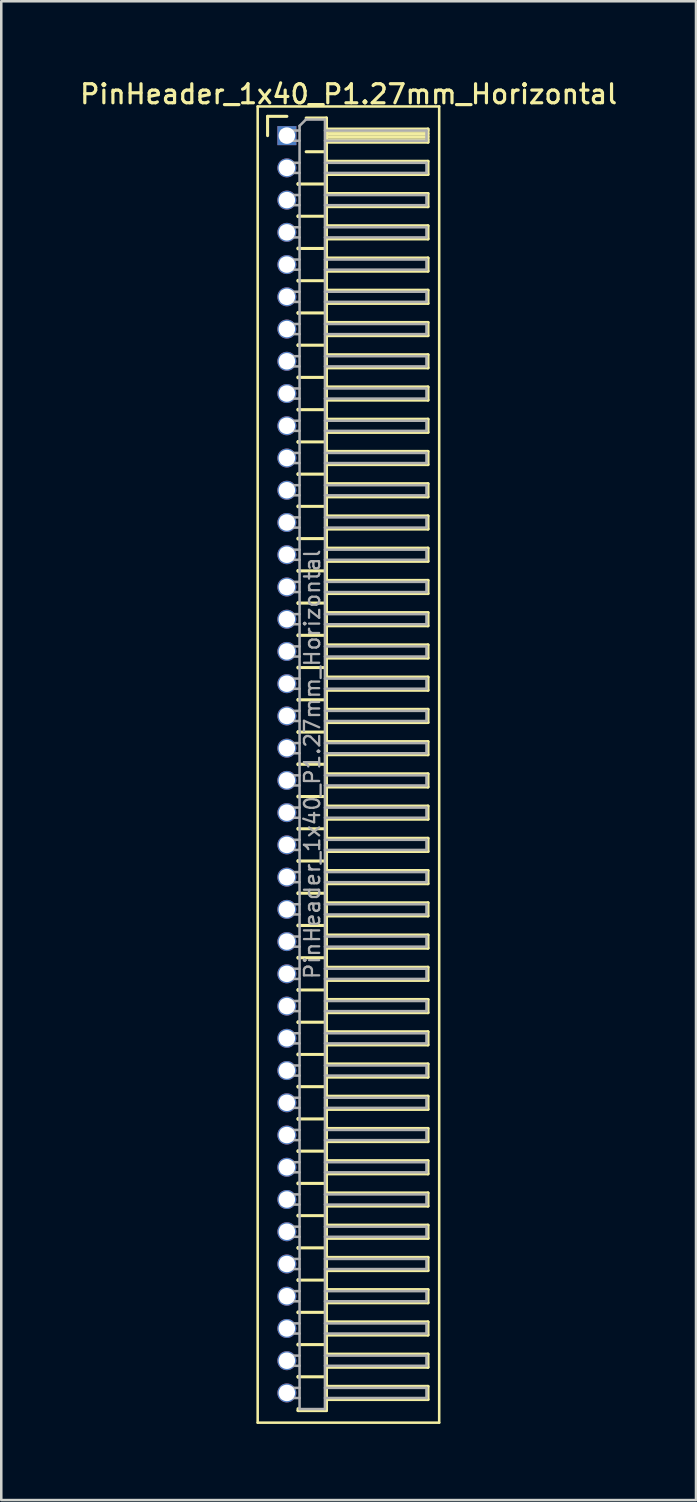
<source format=kicad_pcb>
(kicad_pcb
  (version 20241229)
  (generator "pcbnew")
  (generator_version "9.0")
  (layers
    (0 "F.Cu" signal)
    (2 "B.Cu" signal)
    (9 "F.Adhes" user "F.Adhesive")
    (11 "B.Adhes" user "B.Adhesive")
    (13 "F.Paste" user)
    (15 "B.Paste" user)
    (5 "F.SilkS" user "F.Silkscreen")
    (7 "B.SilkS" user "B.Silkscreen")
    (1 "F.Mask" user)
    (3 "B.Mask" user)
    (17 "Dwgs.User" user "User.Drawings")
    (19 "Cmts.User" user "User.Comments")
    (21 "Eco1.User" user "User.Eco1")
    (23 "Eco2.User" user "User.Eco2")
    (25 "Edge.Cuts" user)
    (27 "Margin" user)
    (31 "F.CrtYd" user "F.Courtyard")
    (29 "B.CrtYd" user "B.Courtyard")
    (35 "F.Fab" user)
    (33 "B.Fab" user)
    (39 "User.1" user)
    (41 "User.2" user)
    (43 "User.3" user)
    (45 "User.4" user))
  (footprint "PinHeader_1x40_P1.27mm_Horizontal"
    (layer "F.Cu")
    (at 8.251 2.293)
    (property "Reference" "PinHeader_1x40_P1.27mm_Horizontal" (at 2.433 -1.635 0) (layer "F.SilkS") (effects (font (size 0.75 0.75) (thickness 0.125))))
    (attr through_hole)
    (fp_line (start -1.15 -1.15) (end -1.15 50.7) (stroke (width 0.1) (type solid)) (layer "F.SilkS"))
    (fp_line (start -1.15 50.7) (end 6 50.7) (stroke (width 0.1) (type solid)) (layer "F.SilkS"))
    (fp_line (start -0.76 -0.76) (end 0 -0.76) (stroke (width 0.12) (type solid)) (layer "F.SilkS"))
    (fp_line (start -0.76 0) (end -0.76 -0.76) (stroke (width 0.12) (type solid)) (layer "F.SilkS"))
    (fp_line (start 0.44 1.89) (end 0.44 1.92) (stroke (width 0.12) (type solid)) (layer "F.SilkS"))
    (fp_line (start 0.44 1.905) (end 1.56 1.905) (stroke (width 0.12) (type solid)) (layer "F.SilkS"))
    (fp_line (start 0.44 3.16) (end 0.44 3.19) (stroke (width 0.12) (type solid)) (layer "F.SilkS"))
    (fp_line (start 0.44 3.175) (end 1.56 3.175) (stroke (width 0.12) (type solid)) (layer "F.SilkS"))
    (fp_line (start 0.44 4.43) (end 0.44 4.46) (stroke (width 0.12) (type solid)) (layer "F.SilkS"))
    (fp_line (start 0.44 4.445) (end 1.56 4.445) (stroke (width 0.12) (type solid)) (layer "F.SilkS"))
    (fp_line (start 0.44 5.7) (end 0.44 5.73) (stroke (width 0.12) (type solid)) (layer "F.SilkS"))
    (fp_line (start 0.44 5.715) (end 1.56 5.715) (stroke (width 0.12) (type solid)) (layer "F.SilkS"))
    (fp_line (start 0.44 6.97) (end 0.44 7) (stroke (width 0.12) (type solid)) (layer "F.SilkS"))
    (fp_line (start 0.44 6.985) (end 1.56 6.985) (stroke (width 0.12) (type solid)) (layer "F.SilkS"))
    (fp_line (start 0.44 8.24) (end 0.44 8.27) (stroke (width 0.12) (type solid)) (layer "F.SilkS"))
    (fp_line (start 0.44 8.255) (end 1.56 8.255) (stroke (width 0.12) (type solid)) (layer "F.SilkS"))
    (fp_line (start 0.44 9.51) (end 0.44 9.54) (stroke (width 0.12) (type solid)) (layer "F.SilkS"))
    (fp_line (start 0.44 9.525) (end 1.56 9.525) (stroke (width 0.12) (type solid)) (layer "F.SilkS"))
    (fp_line (start 0.44 10.78) (end 0.44 10.81) (stroke (width 0.12) (type solid)) (layer "F.SilkS"))
    (fp_line (start 0.44 10.795) (end 1.56 10.795) (stroke (width 0.12) (type solid)) (layer "F.SilkS"))
    (fp_line (start 0.44 12.05) (end 0.44 12.08) (stroke (width 0.12) (type solid)) (layer "F.SilkS"))
    (fp_line (start 0.44 12.065) (end 1.56 12.065) (stroke (width 0.12) (type solid)) (layer "F.SilkS"))
    (fp_line (start 0.44 13.32) (end 0.44 13.35) (stroke (width 0.12) (type solid)) (layer "F.SilkS"))
    (fp_line (start 0.44 13.335) (end 1.56 13.335) (stroke (width 0.12) (type solid)) (layer "F.SilkS"))
    (fp_line (start 0.44 14.59) (end 0.44 14.62) (stroke (width 0.12) (type solid)) (layer "F.SilkS"))
    (fp_line (start 0.44 14.605) (end 1.56 14.605) (stroke (width 0.12) (type solid)) (layer "F.SilkS"))
    (fp_line (start 0.44 15.86) (end 0.44 15.89) (stroke (width 0.12) (type solid)) (layer "F.SilkS"))
    (fp_line (start 0.44 15.875) (end 1.56 15.875) (stroke (width 0.12) (type solid)) (layer "F.SilkS"))
    (fp_line (start 0.44 17.13) (end 0.44 17.16) (stroke (width 0.12) (type solid)) (layer "F.SilkS"))
    (fp_line (start 0.44 17.145) (end 1.56 17.145) (stroke (width 0.12) (type solid)) (layer "F.SilkS"))
    (fp_line (start 0.44 18.4) (end 0.44 18.43) (stroke (width 0.12) (type solid)) (layer "F.SilkS"))
    (fp_line (start 0.44 18.415) (end 1.56 18.415) (stroke (width 0.12) (type solid)) (layer "F.SilkS"))
    (fp_line (start 0.44 19.67) (end 0.44 19.7) (stroke (width 0.12) (type solid)) (layer "F.SilkS"))
    (fp_line (start 0.44 19.685) (end 1.56 19.685) (stroke (width 0.12) (type solid)) (layer "F.SilkS"))
    (fp_line (start 0.44 20.94) (end 0.44 20.97) (stroke (width 0.12) (type solid)) (layer "F.SilkS"))
    (fp_line (start 0.44 20.955) (end 1.56 20.955) (stroke (width 0.12) (type solid)) (layer "F.SilkS"))
    (fp_line (start 0.44 22.21) (end 0.44 22.24) (stroke (width 0.12) (type solid)) (layer "F.SilkS"))
    (fp_line (start 0.44 22.225) (end 1.56 22.225) (stroke (width 0.12) (type solid)) (layer "F.SilkS"))
    (fp_line (start 0.44 23.48) (end 0.44 23.51) (stroke (width 0.12) (type solid)) (layer "F.SilkS"))
    (fp_line (start 0.44 23.495) (end 1.56 23.495) (stroke (width 0.12) (type solid)) (layer "F.SilkS"))
    (fp_line (start 0.44 24.75) (end 0.44 24.78) (stroke (width 0.12) (type solid)) (layer "F.SilkS"))
    (fp_line (start 0.44 24.765) (end 1.56 24.765) (stroke (width 0.12) (type solid)) (layer "F.SilkS"))
    (fp_line (start 0.44 26.02) (end 0.44 26.05) (stroke (width 0.12) (type solid)) (layer "F.SilkS"))
    (fp_line (start 0.44 26.035) (end 1.56 26.035) (stroke (width 0.12) (type solid)) (layer "F.SilkS"))
    (fp_line (start 0.44 27.29) (end 0.44 27.32) (stroke (width 0.12) (type solid)) (layer "F.SilkS"))
    (fp_line (start 0.44 27.305) (end 1.56 27.305) (stroke (width 0.12) (type solid)) (layer "F.SilkS"))
    (fp_line (start 0.44 28.56) (end 0.44 28.59) (stroke (width 0.12) (type solid)) (layer "F.SilkS"))
    (fp_line (start 0.44 28.575) (end 1.56 28.575) (stroke (width 0.12) (type solid)) (layer "F.SilkS"))
    (fp_line (start 0.44 29.83) (end 0.44 29.86) (stroke (width 0.12) (type solid)) (layer "F.SilkS"))
    (fp_line (start 0.44 29.845) (end 1.56 29.845) (stroke (width 0.12) (type solid)) (layer "F.SilkS"))
    (fp_line (start 0.44 31.1) (end 0.44 31.13) (stroke (width 0.12) (type solid)) (layer "F.SilkS"))
    (fp_line (start 0.44 31.115) (end 1.56 31.115) (stroke (width 0.12) (type solid)) (layer "F.SilkS"))
    (fp_line (start 0.44 32.37) (end 0.44 32.4) (stroke (width 0.12) (type solid)) (layer "F.SilkS"))
    (fp_line (start 0.44 32.385) (end 1.56 32.385) (stroke (width 0.12) (type solid)) (layer "F.SilkS"))
    (fp_line (start 0.44 33.64) (end 0.44 33.67) (stroke (width 0.12) (type solid)) (layer "F.SilkS"))
    (fp_line (start 0.44 33.655) (end 1.56 33.655) (stroke (width 0.12) (type solid)) (layer "F.SilkS"))
    (fp_line (start 0.44 34.91) (end 0.44 34.94) (stroke (width 0.12) (type solid)) (layer "F.SilkS"))
    (fp_line (start 0.44 34.925) (end 1.56 34.925) (stroke (width 0.12) (type solid)) (layer "F.SilkS"))
    (fp_line (start 0.44 36.18) (end 0.44 36.21) (stroke (width 0.12) (type solid)) (layer "F.SilkS"))
    (fp_line (start 0.44 36.195) (end 1.56 36.195) (stroke (width 0.12) (type solid)) (layer "F.SilkS"))
    (fp_line (start 0.44 37.45) (end 0.44 37.48) (stroke (width 0.12) (type solid)) (layer "F.SilkS"))
    (fp_line (start 0.44 37.465) (end 1.56 37.465) (stroke (width 0.12) (type solid)) (layer "F.SilkS"))
    (fp_line (start 0.44 38.72) (end 0.44 38.75) (stroke (width 0.12) (type solid)) (layer "F.SilkS"))
    (fp_line (start 0.44 38.735) (end 1.56 38.735) (stroke (width 0.12) (type solid)) (layer "F.SilkS"))
    (fp_line (start 0.44 39.99) (end 0.44 40.02) (stroke (width 0.12) (type solid)) (layer "F.SilkS"))
    (fp_line (start 0.44 40.005) (end 1.56 40.005) (stroke (width 0.12) (type solid)) (layer "F.SilkS"))
    (fp_line (start 0.44 41.26) (end 0.44 41.29) (stroke (width 0.12) (type solid)) (layer "F.SilkS"))
    (fp_line (start 0.44 41.275) (end 1.56 41.275) (stroke (width 0.12) (type solid)) (layer "F.SilkS"))
    (fp_line (start 0.44 42.53) (end 0.44 42.56) (stroke (width 0.12) (type solid)) (layer "F.SilkS"))
    (fp_line (start 0.44 42.545) (end 1.56 42.545) (stroke (width 0.12) (type solid)) (layer "F.SilkS"))
    (fp_line (start 0.44 43.8) (end 0.44 43.83) (stroke (width 0.12) (type solid)) (layer "F.SilkS"))
    (fp_line (start 0.44 43.815) (end 1.56 43.815) (stroke (width 0.12) (type solid)) (layer "F.SilkS"))
    (fp_line (start 0.44 45.07) (end 0.44 45.1) (stroke (width 0.12) (type solid)) (layer "F.SilkS"))
    (fp_line (start 0.44 45.085) (end 1.56 45.085) (stroke (width 0.12) (type solid)) (layer "F.SilkS"))
    (fp_line (start 0.44 46.34) (end 0.44 46.37) (stroke (width 0.12) (type solid)) (layer "F.SilkS"))
    (fp_line (start 0.44 46.355) (end 1.56 46.355) (stroke (width 0.12) (type solid)) (layer "F.SilkS"))
    (fp_line (start 0.44 47.61) (end 0.44 47.64) (stroke (width 0.12) (type solid)) (layer "F.SilkS"))
    (fp_line (start 0.44 47.625) (end 1.56 47.625) (stroke (width 0.12) (type solid)) (layer "F.SilkS"))
    (fp_line (start 0.44 48.88) (end 0.44 48.91) (stroke (width 0.12) (type solid)) (layer "F.SilkS"))
    (fp_line (start 0.44 48.895) (end 1.56 48.895) (stroke (width 0.12) (type solid)) (layer "F.SilkS"))
    (fp_line (start 0.44 50.225) (end 0.44 50.15) (stroke (width 0.12) (type solid)) (layer "F.SilkS"))
    (fp_line (start 0.76 -0.695) (end 1.56 -0.695) (stroke (width 0.12) (type solid)) (layer "F.SilkS"))
    (fp_line (start 0.76 0.635) (end 1.56 0.635) (stroke (width 0.12) (type solid)) (layer "F.SilkS"))
    (fp_line (start 1.56 -0.695) (end 1.56 50.225) (stroke (width 0.12) (type solid)) (layer "F.SilkS"))
    (fp_line (start 1.56 -0.26) (end 5.56 -0.26) (stroke (width 0.12) (type solid)) (layer "F.SilkS"))
    (fp_line (start 1.56 -0.2) (end 5.56 -0.2) (stroke (width 0.12) (type solid)) (layer "F.SilkS"))
    (fp_line (start 1.56 -0.08) (end 5.56 -0.08) (stroke (width 0.12) (type solid)) (layer "F.SilkS"))
    (fp_line (start 1.56 0.04) (end 5.56 0.04) (stroke (width 0.12) (type solid)) (layer "F.SilkS"))
    (fp_line (start 1.56 0.16) (end 5.56 0.16) (stroke (width 0.12) (type solid)) (layer "F.SilkS"))
    (fp_line (start 1.56 1.01) (end 5.56 1.01) (stroke (width 0.12) (type solid)) (layer "F.SilkS"))
    (fp_line (start 1.56 2.28) (end 5.56 2.28) (stroke (width 0.12) (type solid)) (layer "F.SilkS"))
    (fp_line (start 1.56 3.55) (end 5.56 3.55) (stroke (width 0.12) (type solid)) (layer "F.SilkS"))
    (fp_line (start 1.56 4.82) (end 5.56 4.82) (stroke (width 0.12) (type solid)) (layer "F.SilkS"))
    (fp_line (start 1.56 6.09) (end 5.56 6.09) (stroke (width 0.12) (type solid)) (layer "F.SilkS"))
    (fp_line (start 1.56 7.36) (end 5.56 7.36) (stroke (width 0.12) (type solid)) (layer "F.SilkS"))
    (fp_line (start 1.56 8.63) (end 5.56 8.63) (stroke (width 0.12) (type solid)) (layer "F.SilkS"))
    (fp_line (start 1.56 9.9) (end 5.56 9.9) (stroke (width 0.12) (type solid)) (layer "F.SilkS"))
    (fp_line (start 1.56 11.17) (end 5.56 11.17) (stroke (width 0.12) (type solid)) (layer "F.SilkS"))
    (fp_line (start 1.56 12.44) (end 5.56 12.44) (stroke (width 0.12) (type solid)) (layer "F.SilkS"))
    (fp_line (start 1.56 13.71) (end 5.56 13.71) (stroke (width 0.12) (type solid)) (layer "F.SilkS"))
    (fp_line (start 1.56 14.98) (end 5.56 14.98) (stroke (width 0.12) (type solid)) (layer "F.SilkS"))
    (fp_line (start 1.56 16.25) (end 5.56 16.25) (stroke (width 0.12) (type solid)) (layer "F.SilkS"))
    (fp_line (start 1.56 17.52) (end 5.56 17.52) (stroke (width 0.12) (type solid)) (layer "F.SilkS"))
    (fp_line (start 1.56 18.79) (end 5.56 18.79) (stroke (width 0.12) (type solid)) (layer "F.SilkS"))
    (fp_line (start 1.56 20.06) (end 5.56 20.06) (stroke (width 0.12) (type solid)) (layer "F.SilkS"))
    (fp_line (start 1.56 21.33) (end 5.56 21.33) (stroke (width 0.12) (type solid)) (layer "F.SilkS"))
    (fp_line (start 1.56 22.6) (end 5.56 22.6) (stroke (width 0.12) (type solid)) (layer "F.SilkS"))
    (fp_line (start 1.56 23.87) (end 5.56 23.87) (stroke (width 0.12) (type solid)) (layer "F.SilkS"))
    (fp_line (start 1.56 25.14) (end 5.56 25.14) (stroke (width 0.12) (type solid)) (layer "F.SilkS"))
    (fp_line (start 1.56 26.41) (end 5.56 26.41) (stroke (width 0.12) (type solid)) (layer "F.SilkS"))
    (fp_line (start 1.56 27.68) (end 5.56 27.68) (stroke (width 0.12) (type solid)) (layer "F.SilkS"))
    (fp_line (start 1.56 28.95) (end 5.56 28.95) (stroke (width 0.12) (type solid)) (layer "F.SilkS"))
    (fp_line (start 1.56 30.22) (end 5.56 30.22) (stroke (width 0.12) (type solid)) (layer "F.SilkS"))
    (fp_line (start 1.56 31.49) (end 5.56 31.49) (stroke (width 0.12) (type solid)) (layer "F.SilkS"))
    (fp_line (start 1.56 32.76) (end 5.56 32.76) (stroke (width 0.12) (type solid)) (layer "F.SilkS"))
    (fp_line (start 1.56 34.03) (end 5.56 34.03) (stroke (width 0.12) (type solid)) (layer "F.SilkS"))
    (fp_line (start 1.56 35.3) (end 5.56 35.3) (stroke (width 0.12) (type solid)) (layer "F.SilkS"))
    (fp_line (start 1.56 36.57) (end 5.56 36.57) (stroke (width 0.12) (type solid)) (layer "F.SilkS"))
    (fp_line (start 1.56 37.84) (end 5.56 37.84) (stroke (width 0.12) (type solid)) (layer "F.SilkS"))
    (fp_line (start 1.56 39.11) (end 5.56 39.11) (stroke (width 0.12) (type solid)) (layer "F.SilkS"))
    (fp_line (start 1.56 40.38) (end 5.56 40.38) (stroke (width 0.12) (type solid)) (layer "F.SilkS"))
    (fp_line (start 1.56 41.65) (end 5.56 41.65) (stroke (width 0.12) (type solid)) (layer "F.SilkS"))
    (fp_line (start 1.56 42.92) (end 5.56 42.92) (stroke (width 0.12) (type solid)) (layer "F.SilkS"))
    (fp_line (start 1.56 44.19) (end 5.56 44.19) (stroke (width 0.12) (type solid)) (layer "F.SilkS"))
    (fp_line (start 1.56 45.46) (end 5.56 45.46) (stroke (width 0.12) (type solid)) (layer "F.SilkS"))
    (fp_line (start 1.56 46.73) (end 5.56 46.73) (stroke (width 0.12) (type solid)) (layer "F.SilkS"))
    (fp_line (start 1.56 48) (end 5.56 48) (stroke (width 0.12) (type solid)) (layer "F.SilkS"))
    (fp_line (start 1.56 49.27) (end 5.56 49.27) (stroke (width 0.12) (type solid)) (layer "F.SilkS"))
    (fp_line (start 1.56 50.225) (end 0.44 50.225) (stroke (width 0.12) (type solid)) (layer "F.SilkS"))
    (fp_line (start 5.56 -0.26) (end 5.56 0.26) (stroke (width 0.12) (type solid)) (layer "F.SilkS"))
    (fp_line (start 5.56 0.26) (end 1.56 0.26) (stroke (width 0.12) (type solid)) (layer "F.SilkS"))
    (fp_line (start 5.56 1.01) (end 5.56 1.53) (stroke (width 0.12) (type solid)) (layer "F.SilkS"))
    (fp_line (start 5.56 1.53) (end 1.56 1.53) (stroke (width 0.12) (type solid)) (layer "F.SilkS"))
    (fp_line (start 5.56 2.28) (end 5.56 2.8) (stroke (width 0.12) (type solid)) (layer "F.SilkS"))
    (fp_line (start 5.56 2.8) (end 1.56 2.8) (stroke (width 0.12) (type solid)) (layer "F.SilkS"))
    (fp_line (start 5.56 3.55) (end 5.56 4.07) (stroke (width 0.12) (type solid)) (layer "F.SilkS"))
    (fp_line (start 5.56 4.07) (end 1.56 4.07) (stroke (width 0.12) (type solid)) (layer "F.SilkS"))
    (fp_line (start 5.56 4.82) (end 5.56 5.34) (stroke (width 0.12) (type solid)) (layer "F.SilkS"))
    (fp_line (start 5.56 5.34) (end 1.56 5.34) (stroke (width 0.12) (type solid)) (layer "F.SilkS"))
    (fp_line (start 5.56 6.09) (end 5.56 6.61) (stroke (width 0.12) (type solid)) (layer "F.SilkS"))
    (fp_line (start 5.56 6.61) (end 1.56 6.61) (stroke (width 0.12) (type solid)) (layer "F.SilkS"))
    (fp_line (start 5.56 7.36) (end 5.56 7.88) (stroke (width 0.12) (type solid)) (layer "F.SilkS"))
    (fp_line (start 5.56 7.88) (end 1.56 7.88) (stroke (width 0.12) (type solid)) (layer "F.SilkS"))
    (fp_line (start 5.56 8.63) (end 5.56 9.15) (stroke (width 0.12) (type solid)) (layer "F.SilkS"))
    (fp_line (start 5.56 9.15) (end 1.56 9.15) (stroke (width 0.12) (type solid)) (layer "F.SilkS"))
    (fp_line (start 5.56 9.9) (end 5.56 10.42) (stroke (width 0.12) (type solid)) (layer "F.SilkS"))
    (fp_line (start 5.56 10.42) (end 1.56 10.42) (stroke (width 0.12) (type solid)) (layer "F.SilkS"))
    (fp_line (start 5.56 11.17) (end 5.56 11.69) (stroke (width 0.12) (type solid)) (layer "F.SilkS"))
    (fp_line (start 5.56 11.69) (end 1.56 11.69) (stroke (width 0.12) (type solid)) (layer "F.SilkS"))
    (fp_line (start 5.56 12.44) (end 5.56 12.96) (stroke (width 0.12) (type solid)) (layer "F.SilkS"))
    (fp_line (start 5.56 12.96) (end 1.56 12.96) (stroke (width 0.12) (type solid)) (layer "F.SilkS"))
    (fp_line (start 5.56 13.71) (end 5.56 14.23) (stroke (width 0.12) (type solid)) (layer "F.SilkS"))
    (fp_line (start 5.56 14.23) (end 1.56 14.23) (stroke (width 0.12) (type solid)) (layer "F.SilkS"))
    (fp_line (start 5.56 14.98) (end 5.56 15.5) (stroke (width 0.12) (type solid)) (layer "F.SilkS"))
    (fp_line (start 5.56 15.5) (end 1.56 15.5) (stroke (width 0.12) (type solid)) (layer "F.SilkS"))
    (fp_line (start 5.56 16.25) (end 5.56 16.77) (stroke (width 0.12) (type solid)) (layer "F.SilkS"))
    (fp_line (start 5.56 16.77) (end 1.56 16.77) (stroke (width 0.12) (type solid)) (layer "F.SilkS"))
    (fp_line (start 5.56 17.52) (end 5.56 18.04) (stroke (width 0.12) (type solid)) (layer "F.SilkS"))
    (fp_line (start 5.56 18.04) (end 1.56 18.04) (stroke (width 0.12) (type solid)) (layer "F.SilkS"))
    (fp_line (start 5.56 18.79) (end 5.56 19.31) (stroke (width 0.12) (type solid)) (layer "F.SilkS"))
    (fp_line (start 5.56 19.31) (end 1.56 19.31) (stroke (width 0.12) (type solid)) (layer "F.SilkS"))
    (fp_line (start 5.56 20.06) (end 5.56 20.58) (stroke (width 0.12) (type solid)) (layer "F.SilkS"))
    (fp_line (start 5.56 20.58) (end 1.56 20.58) (stroke (width 0.12) (type solid)) (layer "F.SilkS"))
    (fp_line (start 5.56 21.33) (end 5.56 21.85) (stroke (width 0.12) (type solid)) (layer "F.SilkS"))
    (fp_line (start 5.56 21.85) (end 1.56 21.85) (stroke (width 0.12) (type solid)) (layer "F.SilkS"))
    (fp_line (start 5.56 22.6) (end 5.56 23.12) (stroke (width 0.12) (type solid)) (layer "F.SilkS"))
    (fp_line (start 5.56 23.12) (end 1.56 23.12) (stroke (width 0.12) (type solid)) (layer "F.SilkS"))
    (fp_line (start 5.56 23.87) (end 5.56 24.39) (stroke (width 0.12) (type solid)) (layer "F.SilkS"))
    (fp_line (start 5.56 24.39) (end 1.56 24.39) (stroke (width 0.12) (type solid)) (layer "F.SilkS"))
    (fp_line (start 5.56 25.14) (end 5.56 25.66) (stroke (width 0.12) (type solid)) (layer "F.SilkS"))
    (fp_line (start 5.56 25.66) (end 1.56 25.66) (stroke (width 0.12) (type solid)) (layer "F.SilkS"))
    (fp_line (start 5.56 26.41) (end 5.56 26.93) (stroke (width 0.12) (type solid)) (layer "F.SilkS"))
    (fp_line (start 5.56 26.93) (end 1.56 26.93) (stroke (width 0.12) (type solid)) (layer "F.SilkS"))
    (fp_line (start 5.56 27.68) (end 5.56 28.2) (stroke (width 0.12) (type solid)) (layer "F.SilkS"))
    (fp_line (start 5.56 28.2) (end 1.56 28.2) (stroke (width 0.12) (type solid)) (layer "F.SilkS"))
    (fp_line (start 5.56 28.95) (end 5.56 29.47) (stroke (width 0.12) (type solid)) (layer "F.SilkS"))
    (fp_line (start 5.56 29.47) (end 1.56 29.47) (stroke (width 0.12) (type solid)) (layer "F.SilkS"))
    (fp_line (start 5.56 30.22) (end 5.56 30.74) (stroke (width 0.12) (type solid)) (layer "F.SilkS"))
    (fp_line (start 5.56 30.74) (end 1.56 30.74) (stroke (width 0.12) (type solid)) (layer "F.SilkS"))
    (fp_line (start 5.56 31.49) (end 5.56 32.01) (stroke (width 0.12) (type solid)) (layer "F.SilkS"))
    (fp_line (start 5.56 32.01) (end 1.56 32.01) (stroke (width 0.12) (type solid)) (layer "F.SilkS"))
    (fp_line (start 5.56 32.76) (end 5.56 33.28) (stroke (width 0.12) (type solid)) (layer "F.SilkS"))
    (fp_line (start 5.56 33.28) (end 1.56 33.28) (stroke (width 0.12) (type solid)) (layer "F.SilkS"))
    (fp_line (start 5.56 34.03) (end 5.56 34.55) (stroke (width 0.12) (type solid)) (layer "F.SilkS"))
    (fp_line (start 5.56 34.55) (end 1.56 34.55) (stroke (width 0.12) (type solid)) (layer "F.SilkS"))
    (fp_line (start 5.56 35.3) (end 5.56 35.82) (stroke (width 0.12) (type solid)) (layer "F.SilkS"))
    (fp_line (start 5.56 35.82) (end 1.56 35.82) (stroke (width 0.12) (type solid)) (layer "F.SilkS"))
    (fp_line (start 5.56 36.57) (end 5.56 37.09) (stroke (width 0.12) (type solid)) (layer "F.SilkS"))
    (fp_line (start 5.56 37.09) (end 1.56 37.09) (stroke (width 0.12) (type solid)) (layer "F.SilkS"))
    (fp_line (start 5.56 37.84) (end 5.56 38.36) (stroke (width 0.12) (type solid)) (layer "F.SilkS"))
    (fp_line (start 5.56 38.36) (end 1.56 38.36) (stroke (width 0.12) (type solid)) (layer "F.SilkS"))
    (fp_line (start 5.56 39.11) (end 5.56 39.63) (stroke (width 0.12) (type solid)) (layer "F.SilkS"))
    (fp_line (start 5.56 39.63) (end 1.56 39.63) (stroke (width 0.12) (type solid)) (layer "F.SilkS"))
    (fp_line (start 5.56 40.38) (end 5.56 40.9) (stroke (width 0.12) (type solid)) (layer "F.SilkS"))
    (fp_line (start 5.56 40.9) (end 1.56 40.9) (stroke (width 0.12) (type solid)) (layer "F.SilkS"))
    (fp_line (start 5.56 41.65) (end 5.56 42.17) (stroke (width 0.12) (type solid)) (layer "F.SilkS"))
    (fp_line (start 5.56 42.17) (end 1.56 42.17) (stroke (width 0.12) (type solid)) (layer "F.SilkS"))
    (fp_line (start 5.56 42.92) (end 5.56 43.44) (stroke (width 0.12) (type solid)) (layer "F.SilkS"))
    (fp_line (start 5.56 43.44) (end 1.56 43.44) (stroke (width 0.12) (type solid)) (layer "F.SilkS"))
    (fp_line (start 5.56 44.19) (end 5.56 44.71) (stroke (width 0.12) (type solid)) (layer "F.SilkS"))
    (fp_line (start 5.56 44.71) (end 1.56 44.71) (stroke (width 0.12) (type solid)) (layer "F.SilkS"))
    (fp_line (start 5.56 45.46) (end 5.56 45.98) (stroke (width 0.12) (type solid)) (layer "F.SilkS"))
    (fp_line (start 5.56 45.98) (end 1.56 45.98) (stroke (width 0.12) (type solid)) (layer "F.SilkS"))
    (fp_line (start 5.56 46.73) (end 5.56 47.25) (stroke (width 0.12) (type solid)) (layer "F.SilkS"))
    (fp_line (start 5.56 47.25) (end 1.56 47.25) (stroke (width 0.12) (type solid)) (layer "F.SilkS"))
    (fp_line (start 5.56 48) (end 5.56 48.52) (stroke (width 0.12) (type solid)) (layer "F.SilkS"))
    (fp_line (start 5.56 48.52) (end 1.56 48.52) (stroke (width 0.12) (type solid)) (layer "F.SilkS"))
    (fp_line (start 5.56 49.27) (end 5.56 49.79) (stroke (width 0.12) (type solid)) (layer "F.SilkS"))
    (fp_line (start 5.56 49.79) (end 1.56 49.79) (stroke (width 0.12) (type solid)) (layer "F.SilkS"))
    (fp_line (start 6 -1.15) (end -1.15 -1.15) (stroke (width 0.1) (type solid)) (layer "F.SilkS"))
    (fp_line (start 6 50.7) (end 6 -1.15) (stroke (width 0.1) (type solid)) (layer "F.SilkS"))
    (fp_line (start -0.2 -0.2) (end -0.2 0.2) (stroke (width 0.1) (type solid)) (layer "F.Fab"))
    (fp_line (start -0.2 -0.2) (end 0.5 -0.2) (stroke (width 0.1) (type solid)) (layer "F.Fab"))
    (fp_line (start -0.2 0.2) (end 0.5 0.2) (stroke (width 0.1) (type solid)) (layer "F.Fab"))
    (fp_line (start -0.2 1.07) (end -0.2 1.47) (stroke (width 0.1) (type solid)) (layer "F.Fab"))
    (fp_line (start -0.2 1.07) (end 0.5 1.07) (stroke (width 0.1) (type solid)) (layer "F.Fab"))
    (fp_line (start -0.2 1.47) (end 0.5 1.47) (stroke (width 0.1) (type solid)) (layer "F.Fab"))
    (fp_line (start -0.2 2.34) (end -0.2 2.74) (stroke (width 0.1) (type solid)) (layer "F.Fab"))
    (fp_line (start -0.2 2.34) (end 0.5 2.34) (stroke (width 0.1) (type solid)) (layer "F.Fab"))
    (fp_line (start -0.2 2.74) (end 0.5 2.74) (stroke (width 0.1) (type solid)) (layer "F.Fab"))
    (fp_line (start -0.2 3.61) (end -0.2 4.01) (stroke (width 0.1) (type solid)) (layer "F.Fab"))
    (fp_line (start -0.2 3.61) (end 0.5 3.61) (stroke (width 0.1) (type solid)) (layer "F.Fab"))
    (fp_line (start -0.2 4.01) (end 0.5 4.01) (stroke (width 0.1) (type solid)) (layer "F.Fab"))
    (fp_line (start -0.2 4.88) (end -0.2 5.28) (stroke (width 0.1) (type solid)) (layer "F.Fab"))
    (fp_line (start -0.2 4.88) (end 0.5 4.88) (stroke (width 0.1) (type solid)) (layer "F.Fab"))
    (fp_line (start -0.2 5.28) (end 0.5 5.28) (stroke (width 0.1) (type solid)) (layer "F.Fab"))
    (fp_line (start -0.2 6.15) (end -0.2 6.55) (stroke (width 0.1) (type solid)) (layer "F.Fab"))
    (fp_line (start -0.2 6.15) (end 0.5 6.15) (stroke (width 0.1) (type solid)) (layer "F.Fab"))
    (fp_line (start -0.2 6.55) (end 0.5 6.55) (stroke (width 0.1) (type solid)) (layer "F.Fab"))
    (fp_line (start -0.2 7.42) (end -0.2 7.82) (stroke (width 0.1) (type solid)) (layer "F.Fab"))
    (fp_line (start -0.2 7.42) (end 0.5 7.42) (stroke (width 0.1) (type solid)) (layer "F.Fab"))
    (fp_line (start -0.2 7.82) (end 0.5 7.82) (stroke (width 0.1) (type solid)) (layer "F.Fab"))
    (fp_line (start -0.2 8.69) (end -0.2 9.09) (stroke (width 0.1) (type solid)) (layer "F.Fab"))
    (fp_line (start -0.2 8.69) (end 0.5 8.69) (stroke (width 0.1) (type solid)) (layer "F.Fab"))
    (fp_line (start -0.2 9.09) (end 0.5 9.09) (stroke (width 0.1) (type solid)) (layer "F.Fab"))
    (fp_line (start -0.2 9.96) (end -0.2 10.36) (stroke (width 0.1) (type solid)) (layer "F.Fab"))
    (fp_line (start -0.2 9.96) (end 0.5 9.96) (stroke (width 0.1) (type solid)) (layer "F.Fab"))
    (fp_line (start -0.2 10.36) (end 0.5 10.36) (stroke (width 0.1) (type solid)) (layer "F.Fab"))
    (fp_line (start -0.2 11.23) (end -0.2 11.63) (stroke (width 0.1) (type solid)) (layer "F.Fab"))
    (fp_line (start -0.2 11.23) (end 0.5 11.23) (stroke (width 0.1) (type solid)) (layer "F.Fab"))
    (fp_line (start -0.2 11.63) (end 0.5 11.63) (stroke (width 0.1) (type solid)) (layer "F.Fab"))
    (fp_line (start -0.2 12.5) (end -0.2 12.9) (stroke (width 0.1) (type solid)) (layer "F.Fab"))
    (fp_line (start -0.2 12.5) (end 0.5 12.5) (stroke (width 0.1) (type solid)) (layer "F.Fab"))
    (fp_line (start -0.2 12.9) (end 0.5 12.9) (stroke (width 0.1) (type solid)) (layer "F.Fab"))
    (fp_line (start -0.2 13.77) (end -0.2 14.17) (stroke (width 0.1) (type solid)) (layer "F.Fab"))
    (fp_line (start -0.2 13.77) (end 0.5 13.77) (stroke (width 0.1) (type solid)) (layer "F.Fab"))
    (fp_line (start -0.2 14.17) (end 0.5 14.17) (stroke (width 0.1) (type solid)) (layer "F.Fab"))
    (fp_line (start -0.2 15.04) (end -0.2 15.44) (stroke (width 0.1) (type solid)) (layer "F.Fab"))
    (fp_line (start -0.2 15.04) (end 0.5 15.04) (stroke (width 0.1) (type solid)) (layer "F.Fab"))
    (fp_line (start -0.2 15.44) (end 0.5 15.44) (stroke (width 0.1) (type solid)) (layer "F.Fab"))
    (fp_line (start -0.2 16.31) (end -0.2 16.71) (stroke (width 0.1) (type solid)) (layer "F.Fab"))
    (fp_line (start -0.2 16.31) (end 0.5 16.31) (stroke (width 0.1) (type solid)) (layer "F.Fab"))
    (fp_line (start -0.2 16.71) (end 0.5 16.71) (stroke (width 0.1) (type solid)) (layer "F.Fab"))
    (fp_line (start -0.2 17.58) (end -0.2 17.98) (stroke (width 0.1) (type solid)) (layer "F.Fab"))
    (fp_line (start -0.2 17.58) (end 0.5 17.58) (stroke (width 0.1) (type solid)) (layer "F.Fab"))
    (fp_line (start -0.2 17.98) (end 0.5 17.98) (stroke (width 0.1) (type solid)) (layer "F.Fab"))
    (fp_line (start -0.2 18.85) (end -0.2 19.25) (stroke (width 0.1) (type solid)) (layer "F.Fab"))
    (fp_line (start -0.2 18.85) (end 0.5 18.85) (stroke (width 0.1) (type solid)) (layer "F.Fab"))
    (fp_line (start -0.2 19.25) (end 0.5 19.25) (stroke (width 0.1) (type solid)) (layer "F.Fab"))
    (fp_line (start -0.2 20.12) (end -0.2 20.52) (stroke (width 0.1) (type solid)) (layer "F.Fab"))
    (fp_line (start -0.2 20.12) (end 0.5 20.12) (stroke (width 0.1) (type solid)) (layer "F.Fab"))
    (fp_line (start -0.2 20.52) (end 0.5 20.52) (stroke (width 0.1) (type solid)) (layer "F.Fab"))
    (fp_line (start -0.2 21.39) (end -0.2 21.79) (stroke (width 0.1) (type solid)) (layer "F.Fab"))
    (fp_line (start -0.2 21.39) (end 0.5 21.39) (stroke (width 0.1) (type solid)) (layer "F.Fab"))
    (fp_line (start -0.2 21.79) (end 0.5 21.79) (stroke (width 0.1) (type solid)) (layer "F.Fab"))
    (fp_line (start -0.2 22.66) (end -0.2 23.06) (stroke (width 0.1) (type solid)) (layer "F.Fab"))
    (fp_line (start -0.2 22.66) (end 0.5 22.66) (stroke (width 0.1) (type solid)) (layer "F.Fab"))
    (fp_line (start -0.2 23.06) (end 0.5 23.06) (stroke (width 0.1) (type solid)) (layer "F.Fab"))
    (fp_line (start -0.2 23.93) (end -0.2 24.33) (stroke (width 0.1) (type solid)) (layer "F.Fab"))
    (fp_line (start -0.2 23.93) (end 0.5 23.93) (stroke (width 0.1) (type solid)) (layer "F.Fab"))
    (fp_line (start -0.2 24.33) (end 0.5 24.33) (stroke (width 0.1) (type solid)) (layer "F.Fab"))
    (fp_line (start -0.2 25.2) (end -0.2 25.6) (stroke (width 0.1) (type solid)) (layer "F.Fab"))
    (fp_line (start -0.2 25.2) (end 0.5 25.2) (stroke (width 0.1) (type solid)) (layer "F.Fab"))
    (fp_line (start -0.2 25.6) (end 0.5 25.6) (stroke (width 0.1) (type solid)) (layer "F.Fab"))
    (fp_line (start -0.2 26.47) (end -0.2 26.87) (stroke (width 0.1) (type solid)) (layer "F.Fab"))
    (fp_line (start -0.2 26.47) (end 0.5 26.47) (stroke (width 0.1) (type solid)) (layer "F.Fab"))
    (fp_line (start -0.2 26.87) (end 0.5 26.87) (stroke (width 0.1) (type solid)) (layer "F.Fab"))
    (fp_line (start -0.2 27.74) (end -0.2 28.14) (stroke (width 0.1) (type solid)) (layer "F.Fab"))
    (fp_line (start -0.2 27.74) (end 0.5 27.74) (stroke (width 0.1) (type solid)) (layer "F.Fab"))
    (fp_line (start -0.2 28.14) (end 0.5 28.14) (stroke (width 0.1) (type solid)) (layer "F.Fab"))
    (fp_line (start -0.2 29.01) (end -0.2 29.41) (stroke (width 0.1) (type solid)) (layer "F.Fab"))
    (fp_line (start -0.2 29.01) (end 0.5 29.01) (stroke (width 0.1) (type solid)) (layer "F.Fab"))
    (fp_line (start -0.2 29.41) (end 0.5 29.41) (stroke (width 0.1) (type solid)) (layer "F.Fab"))
    (fp_line (start -0.2 30.28) (end -0.2 30.68) (stroke (width 0.1) (type solid)) (layer "F.Fab"))
    (fp_line (start -0.2 30.28) (end 0.5 30.28) (stroke (width 0.1) (type solid)) (layer "F.Fab"))
    (fp_line (start -0.2 30.68) (end 0.5 30.68) (stroke (width 0.1) (type solid)) (layer "F.Fab"))
    (fp_line (start -0.2 31.55) (end -0.2 31.95) (stroke (width 0.1) (type solid)) (layer "F.Fab"))
    (fp_line (start -0.2 31.55) (end 0.5 31.55) (stroke (width 0.1) (type solid)) (layer "F.Fab"))
    (fp_line (start -0.2 31.95) (end 0.5 31.95) (stroke (width 0.1) (type solid)) (layer "F.Fab"))
    (fp_line (start -0.2 32.82) (end -0.2 33.22) (stroke (width 0.1) (type solid)) (layer "F.Fab"))
    (fp_line (start -0.2 32.82) (end 0.5 32.82) (stroke (width 0.1) (type solid)) (layer "F.Fab"))
    (fp_line (start -0.2 33.22) (end 0.5 33.22) (stroke (width 0.1) (type solid)) (layer "F.Fab"))
    (fp_line (start -0.2 34.09) (end -0.2 34.49) (stroke (width 0.1) (type solid)) (layer "F.Fab"))
    (fp_line (start -0.2 34.09) (end 0.5 34.09) (stroke (width 0.1) (type solid)) (layer "F.Fab"))
    (fp_line (start -0.2 34.49) (end 0.5 34.49) (stroke (width 0.1) (type solid)) (layer "F.Fab"))
    (fp_line (start -0.2 35.36) (end -0.2 35.76) (stroke (width 0.1) (type solid)) (layer "F.Fab"))
    (fp_line (start -0.2 35.36) (end 0.5 35.36) (stroke (width 0.1) (type solid)) (layer "F.Fab"))
    (fp_line (start -0.2 35.76) (end 0.5 35.76) (stroke (width 0.1) (type solid)) (layer "F.Fab"))
    (fp_line (start -0.2 36.63) (end -0.2 37.03) (stroke (width 0.1) (type solid)) (layer "F.Fab"))
    (fp_line (start -0.2 36.63) (end 0.5 36.63) (stroke (width 0.1) (type solid)) (layer "F.Fab"))
    (fp_line (start -0.2 37.03) (end 0.5 37.03) (stroke (width 0.1) (type solid)) (layer "F.Fab"))
    (fp_line (start -0.2 37.9) (end -0.2 38.3) (stroke (width 0.1) (type solid)) (layer "F.Fab"))
    (fp_line (start -0.2 37.9) (end 0.5 37.9) (stroke (width 0.1) (type solid)) (layer "F.Fab"))
    (fp_line (start -0.2 38.3) (end 0.5 38.3) (stroke (width 0.1) (type solid)) (layer "F.Fab"))
    (fp_line (start -0.2 39.17) (end -0.2 39.57) (stroke (width 0.1) (type solid)) (layer "F.Fab"))
    (fp_line (start -0.2 39.17) (end 0.5 39.17) (stroke (width 0.1) (type solid)) (layer "F.Fab"))
    (fp_line (start -0.2 39.57) (end 0.5 39.57) (stroke (width 0.1) (type solid)) (layer "F.Fab"))
    (fp_line (start -0.2 40.44) (end -0.2 40.84) (stroke (width 0.1) (type solid)) (layer "F.Fab"))
    (fp_line (start -0.2 40.44) (end 0.5 40.44) (stroke (width 0.1) (type solid)) (layer "F.Fab"))
    (fp_line (start -0.2 40.84) (end 0.5 40.84) (stroke (width 0.1) (type solid)) (layer "F.Fab"))
    (fp_line (start -0.2 41.71) (end -0.2 42.11) (stroke (width 0.1) (type solid)) (layer "F.Fab"))
    (fp_line (start -0.2 41.71) (end 0.5 41.71) (stroke (width 0.1) (type solid)) (layer "F.Fab"))
    (fp_line (start -0.2 42.11) (end 0.5 42.11) (stroke (width 0.1) (type solid)) (layer "F.Fab"))
    (fp_line (start -0.2 42.98) (end -0.2 43.38) (stroke (width 0.1) (type solid)) (layer "F.Fab"))
    (fp_line (start -0.2 42.98) (end 0.5 42.98) (stroke (width 0.1) (type solid)) (layer "F.Fab"))
    (fp_line (start -0.2 43.38) (end 0.5 43.38) (stroke (width 0.1) (type solid)) (layer "F.Fab"))
    (fp_line (start -0.2 44.25) (end -0.2 44.65) (stroke (width 0.1) (type solid)) (layer "F.Fab"))
    (fp_line (start -0.2 44.25) (end 0.5 44.25) (stroke (width 0.1) (type solid)) (layer "F.Fab"))
    (fp_line (start -0.2 44.65) (end 0.5 44.65) (stroke (width 0.1) (type solid)) (layer "F.Fab"))
    (fp_line (start -0.2 45.52) (end -0.2 45.92) (stroke (width 0.1) (type solid)) (layer "F.Fab"))
    (fp_line (start -0.2 45.52) (end 0.5 45.52) (stroke (width 0.1) (type solid)) (layer "F.Fab"))
    (fp_line (start -0.2 45.92) (end 0.5 45.92) (stroke (width 0.1) (type solid)) (layer "F.Fab"))
    (fp_line (start -0.2 46.79) (end -0.2 47.19) (stroke (width 0.1) (type solid)) (layer "F.Fab"))
    (fp_line (start -0.2 46.79) (end 0.5 46.79) (stroke (width 0.1) (type solid)) (layer "F.Fab"))
    (fp_line (start -0.2 47.19) (end 0.5 47.19) (stroke (width 0.1) (type solid)) (layer "F.Fab"))
    (fp_line (start -0.2 48.06) (end -0.2 48.46) (stroke (width 0.1) (type solid)) (layer "F.Fab"))
    (fp_line (start -0.2 48.06) (end 0.5 48.06) (stroke (width 0.1) (type solid)) (layer "F.Fab"))
    (fp_line (start -0.2 48.46) (end 0.5 48.46) (stroke (width 0.1) (type solid)) (layer "F.Fab"))
    (fp_line (start -0.2 49.33) (end -0.2 49.73) (stroke (width 0.1) (type solid)) (layer "F.Fab"))
    (fp_line (start -0.2 49.33) (end 0.5 49.33) (stroke (width 0.1) (type solid)) (layer "F.Fab"))
    (fp_line (start -0.2 49.73) (end 0.5 49.73) (stroke (width 0.1) (type solid)) (layer "F.Fab"))
    (fp_line (start 0.5 -0.385) (end 0.75 -0.635) (stroke (width 0.1) (type solid)) (layer "F.Fab"))
    (fp_line (start 0.5 50.165) (end 0.5 -0.385) (stroke (width 0.1) (type solid)) (layer "F.Fab"))
    (fp_line (start 0.75 -0.635) (end 1.5 -0.635) (stroke (width 0.1) (type solid)) (layer "F.Fab"))
    (fp_line (start 1.5 -0.635) (end 1.5 50.165) (stroke (width 0.1) (type solid)) (layer "F.Fab"))
    (fp_line (start 1.5 -0.2) (end 5.5 -0.2) (stroke (width 0.1) (type solid)) (layer "F.Fab"))
    (fp_line (start 1.5 0.2) (end 5.5 0.2) (stroke (width 0.1) (type solid)) (layer "F.Fab"))
    (fp_line (start 1.5 1.07) (end 5.5 1.07) (stroke (width 0.1) (type solid)) (layer "F.Fab"))
    (fp_line (start 1.5 1.47) (end 5.5 1.47) (stroke (width 0.1) (type solid)) (layer "F.Fab"))
    (fp_line (start 1.5 2.34) (end 5.5 2.34) (stroke (width 0.1) (type solid)) (layer "F.Fab"))
    (fp_line (start 1.5 2.74) (end 5.5 2.74) (stroke (width 0.1) (type solid)) (layer "F.Fab"))
    (fp_line (start 1.5 3.61) (end 5.5 3.61) (stroke (width 0.1) (type solid)) (layer "F.Fab"))
    (fp_line (start 1.5 4.01) (end 5.5 4.01) (stroke (width 0.1) (type solid)) (layer "F.Fab"))
    (fp_line (start 1.5 4.88) (end 5.5 4.88) (stroke (width 0.1) (type solid)) (layer "F.Fab"))
    (fp_line (start 1.5 5.28) (end 5.5 5.28) (stroke (width 0.1) (type solid)) (layer "F.Fab"))
    (fp_line (start 1.5 6.15) (end 5.5 6.15) (stroke (width 0.1) (type solid)) (layer "F.Fab"))
    (fp_line (start 1.5 6.55) (end 5.5 6.55) (stroke (width 0.1) (type solid)) (layer "F.Fab"))
    (fp_line (start 1.5 7.42) (end 5.5 7.42) (stroke (width 0.1) (type solid)) (layer "F.Fab"))
    (fp_line (start 1.5 7.82) (end 5.5 7.82) (stroke (width 0.1) (type solid)) (layer "F.Fab"))
    (fp_line (start 1.5 8.69) (end 5.5 8.69) (stroke (width 0.1) (type solid)) (layer "F.Fab"))
    (fp_line (start 1.5 9.09) (end 5.5 9.09) (stroke (width 0.1) (type solid)) (layer "F.Fab"))
    (fp_line (start 1.5 9.96) (end 5.5 9.96) (stroke (width 0.1) (type solid)) (layer "F.Fab"))
    (fp_line (start 1.5 10.36) (end 5.5 10.36) (stroke (width 0.1) (type solid)) (layer "F.Fab"))
    (fp_line (start 1.5 11.23) (end 5.5 11.23) (stroke (width 0.1) (type solid)) (layer "F.Fab"))
    (fp_line (start 1.5 11.63) (end 5.5 11.63) (stroke (width 0.1) (type solid)) (layer "F.Fab"))
    (fp_line (start 1.5 12.5) (end 5.5 12.5) (stroke (width 0.1) (type solid)) (layer "F.Fab"))
    (fp_line (start 1.5 12.9) (end 5.5 12.9) (stroke (width 0.1) (type solid)) (layer "F.Fab"))
    (fp_line (start 1.5 13.77) (end 5.5 13.77) (stroke (width 0.1) (type solid)) (layer "F.Fab"))
    (fp_line (start 1.5 14.17) (end 5.5 14.17) (stroke (width 0.1) (type solid)) (layer "F.Fab"))
    (fp_line (start 1.5 15.04) (end 5.5 15.04) (stroke (width 0.1) (type solid)) (layer "F.Fab"))
    (fp_line (start 1.5 15.44) (end 5.5 15.44) (stroke (width 0.1) (type solid)) (layer "F.Fab"))
    (fp_line (start 1.5 16.31) (end 5.5 16.31) (stroke (width 0.1) (type solid)) (layer "F.Fab"))
    (fp_line (start 1.5 16.71) (end 5.5 16.71) (stroke (width 0.1) (type solid)) (layer "F.Fab"))
    (fp_line (start 1.5 17.58) (end 5.5 17.58) (stroke (width 0.1) (type solid)) (layer "F.Fab"))
    (fp_line (start 1.5 17.98) (end 5.5 17.98) (stroke (width 0.1) (type solid)) (layer "F.Fab"))
    (fp_line (start 1.5 18.85) (end 5.5 18.85) (stroke (width 0.1) (type solid)) (layer "F.Fab"))
    (fp_line (start 1.5 19.25) (end 5.5 19.25) (stroke (width 0.1) (type solid)) (layer "F.Fab"))
    (fp_line (start 1.5 20.12) (end 5.5 20.12) (stroke (width 0.1) (type solid)) (layer "F.Fab"))
    (fp_line (start 1.5 20.52) (end 5.5 20.52) (stroke (width 0.1) (type solid)) (layer "F.Fab"))
    (fp_line (start 1.5 21.39) (end 5.5 21.39) (stroke (width 0.1) (type solid)) (layer "F.Fab"))
    (fp_line (start 1.5 21.79) (end 5.5 21.79) (stroke (width 0.1) (type solid)) (layer "F.Fab"))
    (fp_line (start 1.5 22.66) (end 5.5 22.66) (stroke (width 0.1) (type solid)) (layer "F.Fab"))
    (fp_line (start 1.5 23.06) (end 5.5 23.06) (stroke (width 0.1) (type solid)) (layer "F.Fab"))
    (fp_line (start 1.5 23.93) (end 5.5 23.93) (stroke (width 0.1) (type solid)) (layer "F.Fab"))
    (fp_line (start 1.5 24.33) (end 5.5 24.33) (stroke (width 0.1) (type solid)) (layer "F.Fab"))
    (fp_line (start 1.5 25.2) (end 5.5 25.2) (stroke (width 0.1) (type solid)) (layer "F.Fab"))
    (fp_line (start 1.5 25.6) (end 5.5 25.6) (stroke (width 0.1) (type solid)) (layer "F.Fab"))
    (fp_line (start 1.5 26.47) (end 5.5 26.47) (stroke (width 0.1) (type solid)) (layer "F.Fab"))
    (fp_line (start 1.5 26.87) (end 5.5 26.87) (stroke (width 0.1) (type solid)) (layer "F.Fab"))
    (fp_line (start 1.5 27.74) (end 5.5 27.74) (stroke (width 0.1) (type solid)) (layer "F.Fab"))
    (fp_line (start 1.5 28.14) (end 5.5 28.14) (stroke (width 0.1) (type solid)) (layer "F.Fab"))
    (fp_line (start 1.5 29.01) (end 5.5 29.01) (stroke (width 0.1) (type solid)) (layer "F.Fab"))
    (fp_line (start 1.5 29.41) (end 5.5 29.41) (stroke (width 0.1) (type solid)) (layer "F.Fab"))
    (fp_line (start 1.5 30.28) (end 5.5 30.28) (stroke (width 0.1) (type solid)) (layer "F.Fab"))
    (fp_line (start 1.5 30.68) (end 5.5 30.68) (stroke (width 0.1) (type solid)) (layer "F.Fab"))
    (fp_line (start 1.5 31.55) (end 5.5 31.55) (stroke (width 0.1) (type solid)) (layer "F.Fab"))
    (fp_line (start 1.5 31.95) (end 5.5 31.95) (stroke (width 0.1) (type solid)) (layer "F.Fab"))
    (fp_line (start 1.5 32.82) (end 5.5 32.82) (stroke (width 0.1) (type solid)) (layer "F.Fab"))
    (fp_line (start 1.5 33.22) (end 5.5 33.22) (stroke (width 0.1) (type solid)) (layer "F.Fab"))
    (fp_line (start 1.5 34.09) (end 5.5 34.09) (stroke (width 0.1) (type solid)) (layer "F.Fab"))
    (fp_line (start 1.5 34.49) (end 5.5 34.49) (stroke (width 0.1) (type solid)) (layer "F.Fab"))
    (fp_line (start 1.5 35.36) (end 5.5 35.36) (stroke (width 0.1) (type solid)) (layer "F.Fab"))
    (fp_line (start 1.5 35.76) (end 5.5 35.76) (stroke (width 0.1) (type solid)) (layer "F.Fab"))
    (fp_line (start 1.5 36.63) (end 5.5 36.63) (stroke (width 0.1) (type solid)) (layer "F.Fab"))
    (fp_line (start 1.5 37.03) (end 5.5 37.03) (stroke (width 0.1) (type solid)) (layer "F.Fab"))
    (fp_line (start 1.5 37.9) (end 5.5 37.9) (stroke (width 0.1) (type solid)) (layer "F.Fab"))
    (fp_line (start 1.5 38.3) (end 5.5 38.3) (stroke (width 0.1) (type solid)) (layer "F.Fab"))
    (fp_line (start 1.5 39.17) (end 5.5 39.17) (stroke (width 0.1) (type solid)) (layer "F.Fab"))
    (fp_line (start 1.5 39.57) (end 5.5 39.57) (stroke (width 0.1) (type solid)) (layer "F.Fab"))
    (fp_line (start 1.5 40.44) (end 5.5 40.44) (stroke (width 0.1) (type solid)) (layer "F.Fab"))
    (fp_line (start 1.5 40.84) (end 5.5 40.84) (stroke (width 0.1) (type solid)) (layer "F.Fab"))
    (fp_line (start 1.5 41.71) (end 5.5 41.71) (stroke (width 0.1) (type solid)) (layer "F.Fab"))
    (fp_line (start 1.5 42.11) (end 5.5 42.11) (stroke (width 0.1) (type solid)) (layer "F.Fab"))
    (fp_line (start 1.5 42.98) (end 5.5 42.98) (stroke (width 0.1) (type solid)) (layer "F.Fab"))
    (fp_line (start 1.5 43.38) (end 5.5 43.38) (stroke (width 0.1) (type solid)) (layer "F.Fab"))
    (fp_line (start 1.5 44.25) (end 5.5 44.25) (stroke (width 0.1) (type solid)) (layer "F.Fab"))
    (fp_line (start 1.5 44.65) (end 5.5 44.65) (stroke (width 0.1) (type solid)) (layer "F.Fab"))
    (fp_line (start 1.5 45.52) (end 5.5 45.52) (stroke (width 0.1) (type solid)) (layer "F.Fab"))
    (fp_line (start 1.5 45.92) (end 5.5 45.92) (stroke (width 0.1) (type solid)) (layer "F.Fab"))
    (fp_line (start 1.5 46.79) (end 5.5 46.79) (stroke (width 0.1) (type solid)) (layer "F.Fab"))
    (fp_line (start 1.5 47.19) (end 5.5 47.19) (stroke (width 0.1) (type solid)) (layer "F.Fab"))
    (fp_line (start 1.5 48.06) (end 5.5 48.06) (stroke (width 0.1) (type solid)) (layer "F.Fab"))
    (fp_line (start 1.5 48.46) (end 5.5 48.46) (stroke (width 0.1) (type solid)) (layer "F.Fab"))
    (fp_line (start 1.5 49.33) (end 5.5 49.33) (stroke (width 0.1) (type solid)) (layer "F.Fab"))
    (fp_line (start 1.5 49.73) (end 5.5 49.73) (stroke (width 0.1) (type solid)) (layer "F.Fab"))
    (fp_line (start 1.5 50.165) (end 0.5 50.165) (stroke (width 0.1) (type solid)) (layer "F.Fab"))
    (fp_line (start 5.5 -0.2) (end 5.5 0.2) (stroke (width 0.1) (type solid)) (layer "F.Fab"))
    (fp_line (start 5.5 1.07) (end 5.5 1.47) (stroke (width 0.1) (type solid)) (layer "F.Fab"))
    (fp_line (start 5.5 2.34) (end 5.5 2.74) (stroke (width 0.1) (type solid)) (layer "F.Fab"))
    (fp_line (start 5.5 3.61) (end 5.5 4.01) (stroke (width 0.1) (type solid)) (layer "F.Fab"))
    (fp_line (start 5.5 4.88) (end 5.5 5.28) (stroke (width 0.1) (type solid)) (layer "F.Fab"))
    (fp_line (start 5.5 6.15) (end 5.5 6.55) (stroke (width 0.1) (type solid)) (layer "F.Fab"))
    (fp_line (start 5.5 7.42) (end 5.5 7.82) (stroke (width 0.1) (type solid)) (layer "F.Fab"))
    (fp_line (start 5.5 8.69) (end 5.5 9.09) (stroke (width 0.1) (type solid)) (layer "F.Fab"))
    (fp_line (start 5.5 9.96) (end 5.5 10.36) (stroke (width 0.1) (type solid)) (layer "F.Fab"))
    (fp_line (start 5.5 11.23) (end 5.5 11.63) (stroke (width 0.1) (type solid)) (layer "F.Fab"))
    (fp_line (start 5.5 12.5) (end 5.5 12.9) (stroke (width 0.1) (type solid)) (layer "F.Fab"))
    (fp_line (start 5.5 13.77) (end 5.5 14.17) (stroke (width 0.1) (type solid)) (layer "F.Fab"))
    (fp_line (start 5.5 15.04) (end 5.5 15.44) (stroke (width 0.1) (type solid)) (layer "F.Fab"))
    (fp_line (start 5.5 16.31) (end 5.5 16.71) (stroke (width 0.1) (type solid)) (layer "F.Fab"))
    (fp_line (start 5.5 17.58) (end 5.5 17.98) (stroke (width 0.1) (type solid)) (layer "F.Fab"))
    (fp_line (start 5.5 18.85) (end 5.5 19.25) (stroke (width 0.1) (type solid)) (layer "F.Fab"))
    (fp_line (start 5.5 20.12) (end 5.5 20.52) (stroke (width 0.1) (type solid)) (layer "F.Fab"))
    (fp_line (start 5.5 21.39) (end 5.5 21.79) (stroke (width 0.1) (type solid)) (layer "F.Fab"))
    (fp_line (start 5.5 22.66) (end 5.5 23.06) (stroke (width 0.1) (type solid)) (layer "F.Fab"))
    (fp_line (start 5.5 23.93) (end 5.5 24.33) (stroke (width 0.1) (type solid)) (layer "F.Fab"))
    (fp_line (start 5.5 25.2) (end 5.5 25.6) (stroke (width 0.1) (type solid)) (layer "F.Fab"))
    (fp_line (start 5.5 26.47) (end 5.5 26.87) (stroke (width 0.1) (type solid)) (layer "F.Fab"))
    (fp_line (start 5.5 27.74) (end 5.5 28.14) (stroke (width 0.1) (type solid)) (layer "F.Fab"))
    (fp_line (start 5.5 29.01) (end 5.5 29.41) (stroke (width 0.1) (type solid)) (layer "F.Fab"))
    (fp_line (start 5.5 30.28) (end 5.5 30.68) (stroke (width 0.1) (type solid)) (layer "F.Fab"))
    (fp_line (start 5.5 31.55) (end 5.5 31.95) (stroke (width 0.1) (type solid)) (layer "F.Fab"))
    (fp_line (start 5.5 32.82) (end 5.5 33.22) (stroke (width 0.1) (type solid)) (layer "F.Fab"))
    (fp_line (start 5.5 34.09) (end 5.5 34.49) (stroke (width 0.1) (type solid)) (layer "F.Fab"))
    (fp_line (start 5.5 35.36) (end 5.5 35.76) (stroke (width 0.1) (type solid)) (layer "F.Fab"))
    (fp_line (start 5.5 36.63) (end 5.5 37.03) (stroke (width 0.1) (type solid)) (layer "F.Fab"))
    (fp_line (start 5.5 37.9) (end 5.5 38.3) (stroke (width 0.1) (type solid)) (layer "F.Fab"))
    (fp_line (start 5.5 39.17) (end 5.5 39.57) (stroke (width 0.1) (type solid)) (layer "F.Fab"))
    (fp_line (start 5.5 40.44) (end 5.5 40.84) (stroke (width 0.1) (type solid)) (layer "F.Fab"))
    (fp_line (start 5.5 41.71) (end 5.5 42.11) (stroke (width 0.1) (type solid)) (layer "F.Fab"))
    (fp_line (start 5.5 42.98) (end 5.5 43.38) (stroke (width 0.1) (type solid)) (layer "F.Fab"))
    (fp_line (start 5.5 44.25) (end 5.5 44.65) (stroke (width 0.1) (type solid)) (layer "F.Fab"))
    (fp_line (start 5.5 45.52) (end 5.5 45.92) (stroke (width 0.1) (type solid)) (layer "F.Fab"))
    (fp_line (start 5.5 46.79) (end 5.5 47.19) (stroke (width 0.1) (type solid)) (layer "F.Fab"))
    (fp_line (start 5.5 48.06) (end 5.5 48.46) (stroke (width 0.1) (type solid)) (layer "F.Fab"))
    (fp_line (start 5.5 49.33) (end 5.5 49.73) (stroke (width 0.1) (type solid)) (layer "F.Fab"))
    (fp_text user "${REFERENCE}" (at 1 24.765 90) (layer "F.Fab") (effects (font (size 0.6 0.6) (thickness 0.09))))
    (pad "1" thru_hole rect (at 0 0) (size 0.75 0.75) (drill 0.65) (layers "*.Cu" "*.Mask"))
    (pad "2" thru_hole oval (at 0 1.27) (size 0.75 0.75) (drill 0.65) (layers "*.Cu" "*.Mask"))
    (pad "3" thru_hole oval (at 0 2.54) (size 0.75 0.75) (drill 0.65) (layers "*.Cu" "*.Mask"))
    (pad "4" thru_hole oval (at 0 3.81) (size 0.75 0.75) (drill 0.65) (layers "*.Cu" "*.Mask"))
    (pad "5" thru_hole oval (at 0 5.08) (size 0.75 0.75) (drill 0.65) (layers "*.Cu" "*.Mask"))
    (pad "6" thru_hole oval (at 0 6.35) (size 0.75 0.75) (drill 0.65) (layers "*.Cu" "*.Mask"))
    (pad "7" thru_hole oval (at 0 7.62) (size 0.75 0.75) (drill 0.65) (layers "*.Cu" "*.Mask"))
    (pad "8" thru_hole oval (at 0 8.89) (size 0.75 0.75) (drill 0.65) (layers "*.Cu" "*.Mask"))
    (pad "9" thru_hole oval (at 0 10.16) (size 0.75 0.75) (drill 0.65) (layers "*.Cu" "*.Mask"))
    (pad "10" thru_hole oval (at 0 11.43) (size 0.75 0.75) (drill 0.65) (layers "*.Cu" "*.Mask"))
    (pad "11" thru_hole oval (at 0 12.7) (size 0.75 0.75) (drill 0.65) (layers "*.Cu" "*.Mask"))
    (pad "12" thru_hole oval (at 0 13.97) (size 0.75 0.75) (drill 0.65) (layers "*.Cu" "*.Mask"))
    (pad "13" thru_hole oval (at 0 15.24) (size 0.75 0.75) (drill 0.65) (layers "*.Cu" "*.Mask"))
    (pad "14" thru_hole oval (at 0 16.51) (size 0.75 0.75) (drill 0.65) (layers "*.Cu" "*.Mask"))
    (pad "15" thru_hole oval (at 0 17.78) (size 0.75 0.75) (drill 0.65) (layers "*.Cu" "*.Mask"))
    (pad "16" thru_hole oval (at 0 19.05) (size 0.75 0.75) (drill 0.65) (layers "*.Cu" "*.Mask"))
    (pad "17" thru_hole oval (at 0 20.32) (size 0.75 0.75) (drill 0.65) (layers "*.Cu" "*.Mask"))
    (pad "18" thru_hole oval (at 0 21.59) (size 0.75 0.75) (drill 0.65) (layers "*.Cu" "*.Mask"))
    (pad "19" thru_hole oval (at 0 22.86) (size 0.75 0.75) (drill 0.65) (layers "*.Cu" "*.Mask"))
    (pad "20" thru_hole oval (at 0 24.13) (size 0.75 0.75) (drill 0.65) (layers "*.Cu" "*.Mask"))
    (pad "21" thru_hole oval (at 0 25.4) (size 0.75 0.75) (drill 0.65) (layers "*.Cu" "*.Mask"))
    (pad "22" thru_hole oval (at 0 26.67) (size 0.75 0.75) (drill 0.65) (layers "*.Cu" "*.Mask"))
    (pad "23" thru_hole oval (at 0 27.94) (size 0.75 0.75) (drill 0.65) (layers "*.Cu" "*.Mask"))
    (pad "24" thru_hole oval (at 0 29.21) (size 0.75 0.75) (drill 0.65) (layers "*.Cu" "*.Mask"))
    (pad "25" thru_hole oval (at 0 30.48) (size 0.75 0.75) (drill 0.65) (layers "*.Cu" "*.Mask"))
    (pad "26" thru_hole oval (at 0 31.75) (size 0.75 0.75) (drill 0.65) (layers "*.Cu" "*.Mask"))
    (pad "27" thru_hole oval (at 0 33.02) (size 0.75 0.75) (drill 0.65) (layers "*.Cu" "*.Mask"))
    (pad "28" thru_hole oval (at 0 34.29) (size 0.75 0.75) (drill 0.65) (layers "*.Cu" "*.Mask"))
    (pad "29" thru_hole oval (at 0 35.56) (size 0.75 0.75) (drill 0.65) (layers "*.Cu" "*.Mask"))
    (pad "30" thru_hole oval (at 0 36.83) (size 0.75 0.75) (drill 0.65) (layers "*.Cu" "*.Mask"))
    (pad "31" thru_hole oval (at 0 38.1) (size 0.75 0.75) (drill 0.65) (layers "*.Cu" "*.Mask"))
    (pad "32" thru_hole oval (at 0 39.37) (size 0.75 0.75) (drill 0.65) (layers "*.Cu" "*.Mask"))
    (pad "33" thru_hole oval (at 0 40.64) (size 0.75 0.75) (drill 0.65) (layers "*.Cu" "*.Mask"))
    (pad "34" thru_hole oval (at 0 41.91) (size 0.75 0.75) (drill 0.65) (layers "*.Cu" "*.Mask"))
    (pad "35" thru_hole oval (at 0 43.18) (size 0.75 0.75) (drill 0.65) (layers "*.Cu" "*.Mask"))
    (pad "36" thru_hole oval (at 0 44.45) (size 0.75 0.75) (drill 0.65) (layers "*.Cu" "*.Mask"))
    (pad "37" thru_hole oval (at 0 45.72) (size 0.75 0.75) (drill 0.65) (layers "*.Cu" "*.Mask"))
    (pad "38" thru_hole oval (at 0 46.99) (size 0.75 0.75) (drill 0.65) (layers "*.Cu" "*.Mask"))
    (pad "39" thru_hole oval (at 0 48.26) (size 0.75 0.75) (drill 0.65) (layers "*.Cu" "*.Mask"))
    (pad "40" thru_hole oval (at 0 49.53) (size 0.75 0.75) (drill 0.65) (layers "*.Cu" "*.Mask")))
  (gr_rect
    (start -3 -3)
    (end 24.368 56.043)
    (stroke (width 0.1) (type default))
    (fill no)
    (layer "Edge.Cuts")))
</source>
